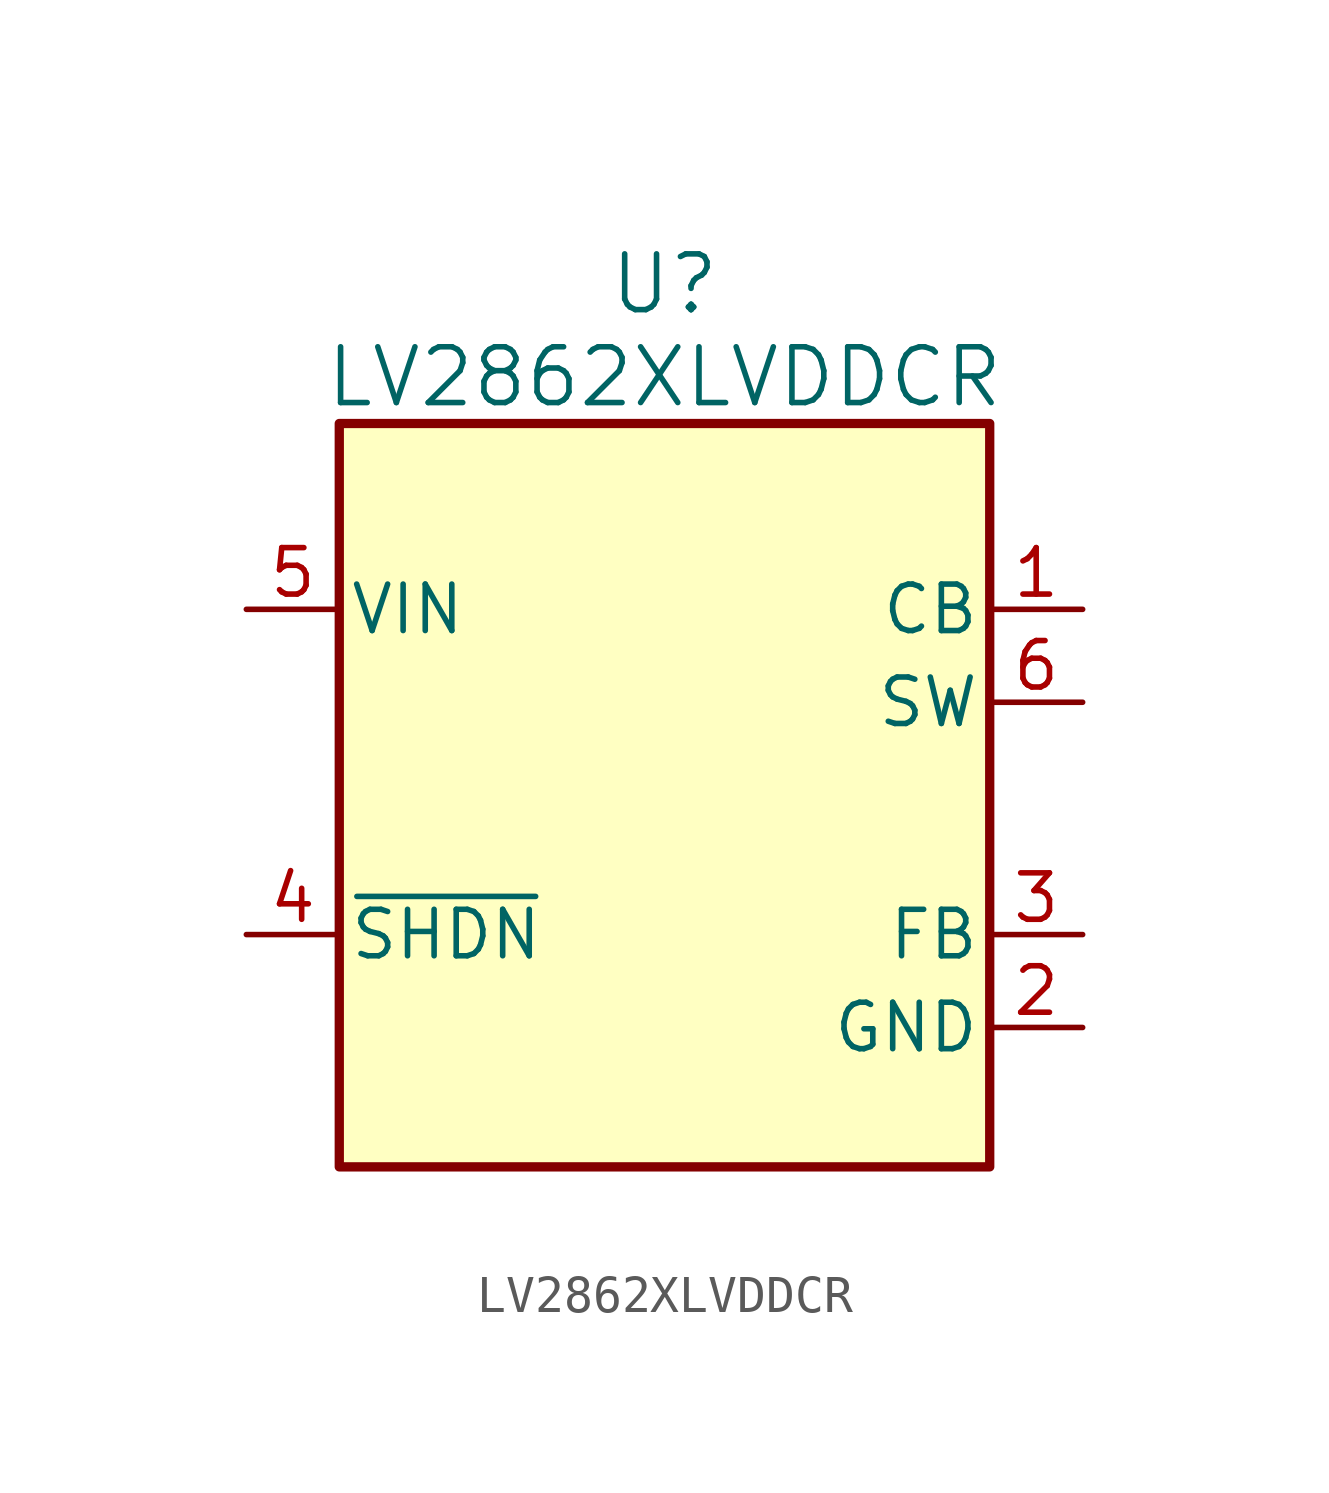
<source format=kicad_sym>
(kicad_symbol_lib
  (version 20220914)
  (generator kicad_symbol_editor)
  (symbol "LV2862XLVDDCR"
    (pin_names
      (offset 0.254))
    (property "Reference" "U"
      (at 0 13.97 0)
      (effects (font (size 1.524 1.524))))
    (property "Value" "LV2862XLVDDCR"
      (at 0 11.43 0)
      (effects (font (size 1.524 1.524))))
    (symbol "LV2862XLVDDCR_1_1"
      (rectangle (start -8.89 10.16) (end 8.89 -10.16) (stroke (width 0.254) (type default)) (fill (type background)))
      (pin unspecified line (at 11.43 5.08 180) (length 2.54) (name "CB" (effects (font (size 1.27 1.27)))) (number "1" (effects (font (size 1.27 1.27)))))
      (pin power_in line (at 11.43 -6.35 180) (length 2.54) (name "GND" (effects (font (size 1.27 1.27)))) (number "2" (effects (font (size 1.27 1.27)))))
      (pin unspecified line (at 11.43 -3.81 180) (length 2.54) (name "FB" (effects (font (size 1.27 1.27)))) (number "3" (effects (font (size 1.27 1.27)))))
      (pin input line (at -11.43 -3.81 0) (length 2.54) (name "~{SHDN}" (effects (font (size 1.27 1.27)))) (number "4" (effects (font (size 1.27 1.27)))))
      (pin power_in line (at -11.43 5.08 0) (length 2.54) (name "VIN" (effects (font (size 1.27 1.27)))) (number "5" (effects (font (size 1.27 1.27)))))
      (pin unspecified line (at 11.43 2.54 180) (length 2.54) (name "SW" (effects (font (size 1.27 1.27)))) (number "6" (effects (font (size 1.27 1.27))))))))
</source>
